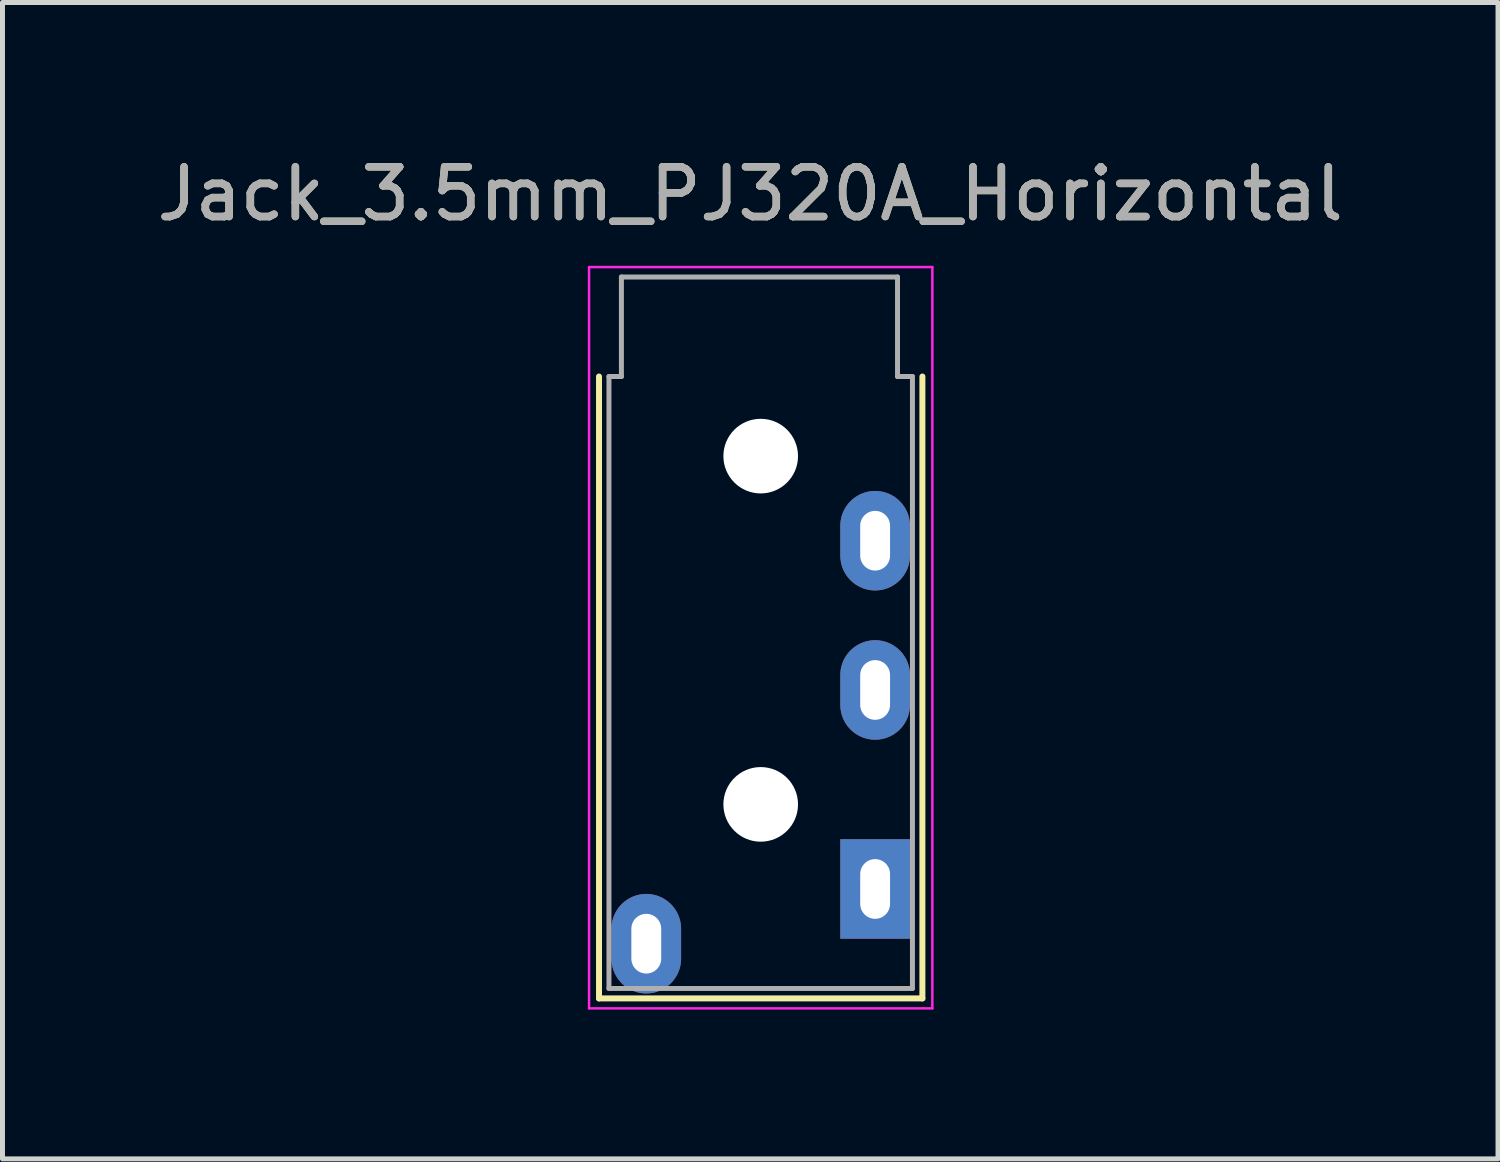
<source format=kicad_pcb>
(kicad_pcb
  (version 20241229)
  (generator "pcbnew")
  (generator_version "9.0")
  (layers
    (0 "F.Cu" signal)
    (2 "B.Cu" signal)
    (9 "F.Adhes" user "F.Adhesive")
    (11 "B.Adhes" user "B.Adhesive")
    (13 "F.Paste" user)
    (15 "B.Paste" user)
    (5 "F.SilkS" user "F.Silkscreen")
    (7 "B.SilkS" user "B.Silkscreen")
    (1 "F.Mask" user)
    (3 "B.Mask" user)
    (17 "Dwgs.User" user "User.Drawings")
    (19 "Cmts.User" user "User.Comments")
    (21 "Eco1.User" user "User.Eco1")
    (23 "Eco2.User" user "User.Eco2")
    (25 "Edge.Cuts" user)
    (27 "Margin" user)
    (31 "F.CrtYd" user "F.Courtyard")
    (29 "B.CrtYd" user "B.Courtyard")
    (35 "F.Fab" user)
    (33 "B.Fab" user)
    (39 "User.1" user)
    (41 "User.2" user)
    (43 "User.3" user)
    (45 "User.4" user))
  (footprint "Jack_3.5mm_PJ320A_Horizontal"
    (layer "F.Cu")
    (at 9.49 14.818)
    (property "Reference" "Jack_3.5mm_PJ320A_Horizontal" (at 2.54 -13.97 0) (layer "F.SilkS") (effects (font (size 1 1) (thickness 0.15))))
    (attr through_hole)
    (fp_line (start -0.5 -10.3) (end -0.5 2.2) (stroke (width 0.12) (type solid)) (layer "F.SilkS"))
    (fp_line (start -0.5 2.2) (end 6 2.2) (stroke (width 0.12) (type solid)) (layer "F.SilkS"))
    (fp_line (start 6 -10.3) (end 6 2.2) (stroke (width 0.12) (type solid)) (layer "F.SilkS"))
    (fp_line (start -0.7 -12.5) (end -0.7 2.4) (stroke (width 0.05) (type solid)) (layer "F.CrtYd"))
    (fp_line (start -0.7 -12.5) (end 6.2 -12.5) (stroke (width 0.05) (type solid)) (layer "F.CrtYd"))
    (fp_line (start -0.7 2.4) (end 6.2 2.4) (stroke (width 0.05) (type solid)) (layer "F.CrtYd"))
    (fp_line (start 6.2 -12.5) (end 6.2 2.4) (stroke (width 0.05) (type solid)) (layer "F.CrtYd"))
    (fp_line (start -0.3 -10.3) (end -0.05 -10.3) (stroke (width 0.1) (type solid)) (layer "F.Fab"))
    (fp_line (start -0.3 2) (end -0.3 -10.3) (stroke (width 0.1) (type solid)) (layer "F.Fab"))
    (fp_line (start -0.05 -12.3) (end 5.5 -12.3) (stroke (width 0.1) (type solid)) (layer "F.Fab"))
    (fp_line (start -0.05 -10.3) (end -0.05 -12.3) (stroke (width 0.1) (type solid)) (layer "F.Fab"))
    (fp_line (start 5.5 -12.3) (end 5.5 -10.3) (stroke (width 0.1) (type solid)) (layer "F.Fab"))
    (fp_line (start 5.5 -10.3) (end 5.8 -10.3) (stroke (width 0.1) (type solid)) (layer "F.Fab"))
    (fp_line (start 5.8 -10.3) (end 5.8 2) (stroke (width 0.1) (type solid)) (layer "F.Fab"))
    (fp_line (start 5.8 2) (end -0.3 2) (stroke (width 0.1) (type solid)) (layer "F.Fab"))
    (fp_text user "${REFERENCE}" (at 2.54 -13.97 0) (layer "F.Fab") (effects (font (size 1 1) (thickness 0.15))))
    (pad "" np_thru_hole circle (at 2.75 -8.7 270) (size 1.5 1.5) (drill 1.5) (layers "*.Cu" "*.Mask"))
    (pad "" np_thru_hole circle (at 2.75 -1.7 270) (size 1.5 1.5) (drill 1.5) (layers "*.Cu" "*.Mask"))
    (pad "R1" thru_hole oval (at 5.05 -4 270) (size 2 1.4) (drill oval 1.2 0.6) (layers "*.Cu" "*.Mask"))
    (pad "R2" thru_hole oval (at 5.05 -7 270) (size 2 1.4) (drill oval 1.2 0.6) (layers "*.Cu" "*.Mask"))
    (pad "S" thru_hole oval (at 0.45 1.1 270) (size 2 1.4) (drill oval 1.2 0.6) (layers "*.Cu" "*.Mask"))
    (pad "T" thru_hole rect (at 5.05 0 270) (size 2 1.4) (drill oval 1.2 0.6) (layers "*.Cu" "*.Mask")))
  (gr_rect
    (start -3 -3)
    (end 27.06 20.243)
    (stroke (width 0.1) (type default))
    (fill no)
    (layer "Edge.Cuts")))
</source>
